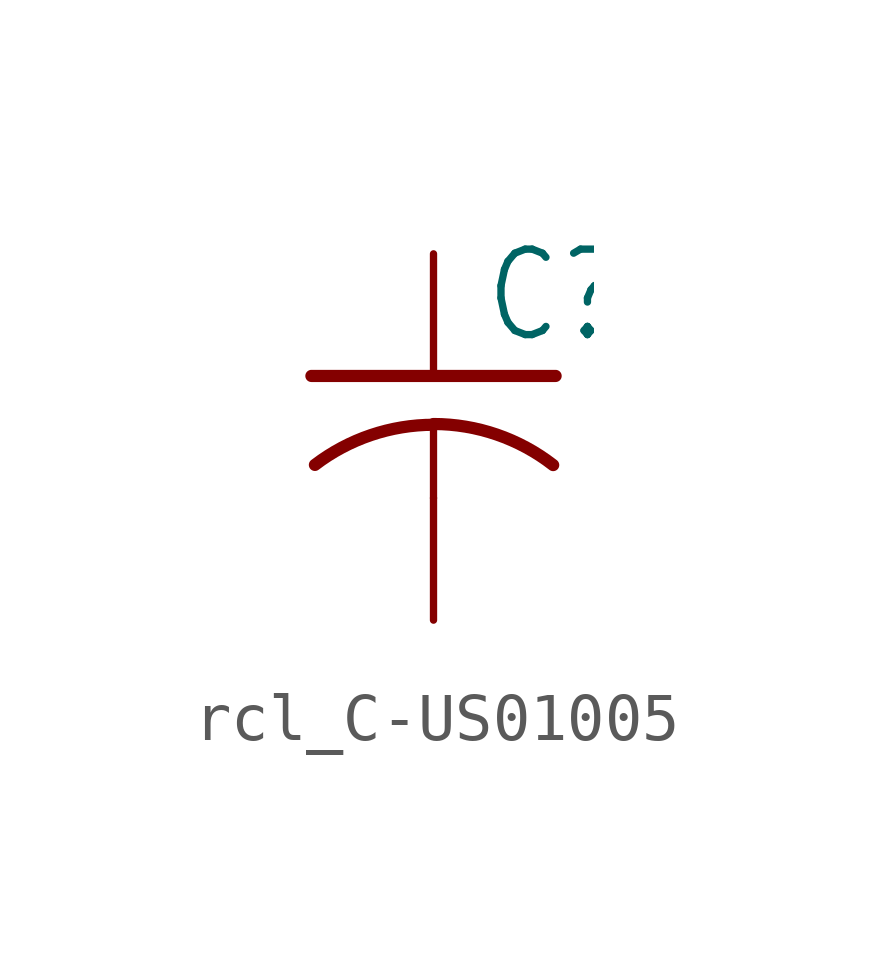
<source format=kicad_sym>
(kicad_symbol_lib
  (version 20231120)
  (generator "kicad_symbol_editor")
  (generator_version "8.0")
  (symbol "rcl_C-US01005"
    (property "Reference" "C"
      (at 1.016 0.635 0)
      (effects (font (size 1.778 1.511)) (justify left bottom)))
    (property "Value" ""
      (at 1.016 -4.191 0)
      (effects (font (size 1.778 1.511)) (justify left bottom)))
    (property "ki_locked" ""
      (at 0 0 0)
      (effects (font (size 1.27 1.27))))
    (symbol "rcl_C-US01005_1_0"
      (arc (start 0 -1.0161) (mid -1.302 -1.2303) (end -2.4668 -1.8504) (stroke (width 0.254) (type solid)) (fill (type none)))
      (polyline (pts (xy -2.54 0) (xy 2.54 0)) (stroke (width 0.254) (type solid)) (fill (type none)))
      (polyline (pts (xy 0 -1.016) (xy 0 -2.54)) (stroke (width 0.152) (type solid)) (fill (type none)))
      (arc (start 2.4892 -1.8541) (mid 1.3158 -1.2194) (end 0 -1) (stroke (width 0.254) (type solid)) (fill (type none)))
      (pin passive line (at 0 2.54 270) (length 2.54) (name "1" (effects (font (size 0 0)))) (number "1" (effects (font (size 0 0)))))
      (pin passive line (at 0 -5.08 90) (length 2.54) (name "2" (effects (font (size 0 0)))) (number "2" (effects (font (size 0 0))))))))
</source>
